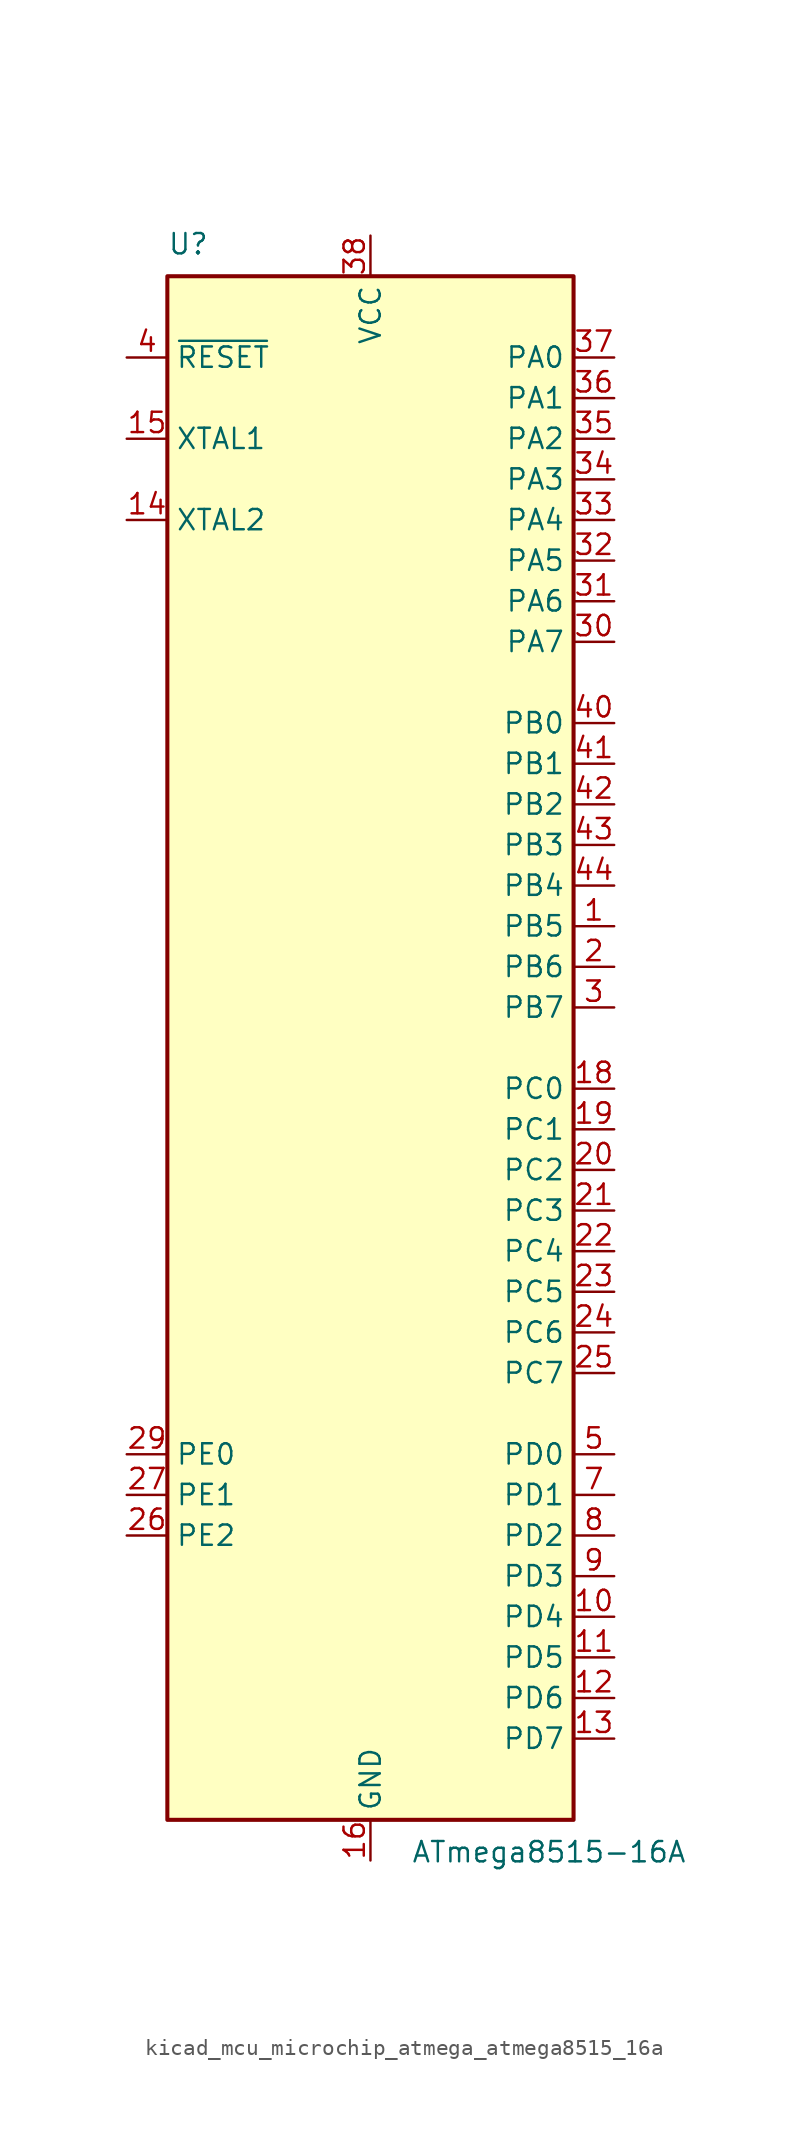
<source format=kicad_sym>
(kicad_symbol_lib
  (version 20220914)
  (generator kicad_symbol_editor)
  (symbol "kicad_mcu_microchip_atmega_atmega8515_16a"
    (property "Reference" "U"
      (at -12.7 49.53 0)
      (effects (font (size 1.27 1.27)) (justify left bottom)))
    (property "Value" "ATmega8515-16A"
      (at 2.54 -49.53 0)
      (effects (font (size 1.27 1.27)) (justify left top)))
    (symbol "kicad_mcu_microchip_atmega_atmega8515_16a_0_1"
      (rectangle (start -12.7 -48.26) (end 12.7 48.26) (stroke (width 0.254) (type default)) (fill (type background))))
    (symbol "kicad_mcu_microchip_atmega_atmega8515_16a_1_1"
      (pin bidirectional line (at 15.24 7.62 180) (length 2.54) (name "PB5" (effects (font (size 1.27 1.27)))) (number "1" (effects (font (size 1.27 1.27)))))
      (pin bidirectional line (at 15.24 -35.56 180) (length 2.54) (name "PD4" (effects (font (size 1.27 1.27)))) (number "10" (effects (font (size 1.27 1.27)))))
      (pin bidirectional line (at 15.24 -38.1 180) (length 2.54) (name "PD5" (effects (font (size 1.27 1.27)))) (number "11" (effects (font (size 1.27 1.27)))))
      (pin bidirectional line (at 15.24 -40.64 180) (length 2.54) (name "PD6" (effects (font (size 1.27 1.27)))) (number "12" (effects (font (size 1.27 1.27)))))
      (pin bidirectional line (at 15.24 -43.18 180) (length 2.54) (name "PD7" (effects (font (size 1.27 1.27)))) (number "13" (effects (font (size 1.27 1.27)))))
      (pin output line (at -15.24 33.02 0) (length 2.54) (name "XTAL2" (effects (font (size 1.27 1.27)))) (number "14" (effects (font (size 1.27 1.27)))))
      (pin input line (at -15.24 38.1 0) (length 2.54) (name "XTAL1" (effects (font (size 1.27 1.27)))) (number "15" (effects (font (size 1.27 1.27)))))
      (pin power_in line (at 0 -50.8 90) (length 2.54) (name "GND" (effects (font (size 1.27 1.27)))) (number "16" (effects (font (size 1.27 1.27)))))
      (pin no_connect line (at -12.7 -40.64 0) (length 2.54) hide (name "NC" (effects (font (size 1.27 1.27)))) (number "17" (effects (font (size 1.27 1.27)))))
      (pin bidirectional line (at 15.24 -2.54 180) (length 2.54) (name "PC0" (effects (font (size 1.27 1.27)))) (number "18" (effects (font (size 1.27 1.27)))))
      (pin bidirectional line (at 15.24 -5.08 180) (length 2.54) (name "PC1" (effects (font (size 1.27 1.27)))) (number "19" (effects (font (size 1.27 1.27)))))
      (pin bidirectional line (at 15.24 5.08 180) (length 2.54) (name "PB6" (effects (font (size 1.27 1.27)))) (number "2" (effects (font (size 1.27 1.27)))))
      (pin bidirectional line (at 15.24 -7.62 180) (length 2.54) (name "PC2" (effects (font (size 1.27 1.27)))) (number "20" (effects (font (size 1.27 1.27)))))
      (pin bidirectional line (at 15.24 -10.16 180) (length 2.54) (name "PC3" (effects (font (size 1.27 1.27)))) (number "21" (effects (font (size 1.27 1.27)))))
      (pin bidirectional line (at 15.24 -12.7 180) (length 2.54) (name "PC4" (effects (font (size 1.27 1.27)))) (number "22" (effects (font (size 1.27 1.27)))))
      (pin bidirectional line (at 15.24 -15.24 180) (length 2.54) (name "PC5" (effects (font (size 1.27 1.27)))) (number "23" (effects (font (size 1.27 1.27)))))
      (pin bidirectional line (at 15.24 -17.78 180) (length 2.54) (name "PC6" (effects (font (size 1.27 1.27)))) (number "24" (effects (font (size 1.27 1.27)))))
      (pin bidirectional line (at 15.24 -20.32 180) (length 2.54) (name "PC7" (effects (font (size 1.27 1.27)))) (number "25" (effects (font (size 1.27 1.27)))))
      (pin bidirectional line (at -15.24 -30.48 0) (length 2.54) (name "PE2" (effects (font (size 1.27 1.27)))) (number "26" (effects (font (size 1.27 1.27)))))
      (pin bidirectional line (at -15.24 -27.94 0) (length 2.54) (name "PE1" (effects (font (size 1.27 1.27)))) (number "27" (effects (font (size 1.27 1.27)))))
      (pin no_connect line (at -12.7 -43.18 0) (length 2.54) hide (name "NC" (effects (font (size 1.27 1.27)))) (number "28" (effects (font (size 1.27 1.27)))))
      (pin bidirectional line (at -15.24 -25.4 0) (length 2.54) (name "PE0" (effects (font (size 1.27 1.27)))) (number "29" (effects (font (size 1.27 1.27)))))
      (pin bidirectional line (at 15.24 2.54 180) (length 2.54) (name "PB7" (effects (font (size 1.27 1.27)))) (number "3" (effects (font (size 1.27 1.27)))))
      (pin bidirectional line (at 15.24 25.4 180) (length 2.54) (name "PA7" (effects (font (size 1.27 1.27)))) (number "30" (effects (font (size 1.27 1.27)))))
      (pin bidirectional line (at 15.24 27.94 180) (length 2.54) (name "PA6" (effects (font (size 1.27 1.27)))) (number "31" (effects (font (size 1.27 1.27)))))
      (pin bidirectional line (at 15.24 30.48 180) (length 2.54) (name "PA5" (effects (font (size 1.27 1.27)))) (number "32" (effects (font (size 1.27 1.27)))))
      (pin bidirectional line (at 15.24 33.02 180) (length 2.54) (name "PA4" (effects (font (size 1.27 1.27)))) (number "33" (effects (font (size 1.27 1.27)))))
      (pin bidirectional line (at 15.24 35.56 180) (length 2.54) (name "PA3" (effects (font (size 1.27 1.27)))) (number "34" (effects (font (size 1.27 1.27)))))
      (pin bidirectional line (at 15.24 38.1 180) (length 2.54) (name "PA2" (effects (font (size 1.27 1.27)))) (number "35" (effects (font (size 1.27 1.27)))))
      (pin bidirectional line (at 15.24 40.64 180) (length 2.54) (name "PA1" (effects (font (size 1.27 1.27)))) (number "36" (effects (font (size 1.27 1.27)))))
      (pin bidirectional line (at 15.24 43.18 180) (length 2.54) (name "PA0" (effects (font (size 1.27 1.27)))) (number "37" (effects (font (size 1.27 1.27)))))
      (pin power_in line (at 0 50.8 270) (length 2.54) (name "VCC" (effects (font (size 1.27 1.27)))) (number "38" (effects (font (size 1.27 1.27)))))
      (pin no_connect line (at -12.7 -45.72 0) (length 2.54) hide (name "NC" (effects (font (size 1.27 1.27)))) (number "39" (effects (font (size 1.27 1.27)))))
      (pin input line (at -15.24 43.18 0) (length 2.54) (name "~{RESET}" (effects (font (size 1.27 1.27)))) (number "4" (effects (font (size 1.27 1.27)))))
      (pin bidirectional line (at 15.24 20.32 180) (length 2.54) (name "PB0" (effects (font (size 1.27 1.27)))) (number "40" (effects (font (size 1.27 1.27)))))
      (pin bidirectional line (at 15.24 17.78 180) (length 2.54) (name "PB1" (effects (font (size 1.27 1.27)))) (number "41" (effects (font (size 1.27 1.27)))))
      (pin bidirectional line (at 15.24 15.24 180) (length 2.54) (name "PB2" (effects (font (size 1.27 1.27)))) (number "42" (effects (font (size 1.27 1.27)))))
      (pin bidirectional line (at 15.24 12.7 180) (length 2.54) (name "PB3" (effects (font (size 1.27 1.27)))) (number "43" (effects (font (size 1.27 1.27)))))
      (pin bidirectional line (at 15.24 10.16 180) (length 2.54) (name "PB4" (effects (font (size 1.27 1.27)))) (number "44" (effects (font (size 1.27 1.27)))))
      (pin bidirectional line (at 15.24 -25.4 180) (length 2.54) (name "PD0" (effects (font (size 1.27 1.27)))) (number "5" (effects (font (size 1.27 1.27)))))
      (pin no_connect line (at -12.7 -38.1 0) (length 2.54) hide (name "NC" (effects (font (size 1.27 1.27)))) (number "6" (effects (font (size 1.27 1.27)))))
      (pin bidirectional line (at 15.24 -27.94 180) (length 2.54) (name "PD1" (effects (font (size 1.27 1.27)))) (number "7" (effects (font (size 1.27 1.27)))))
      (pin bidirectional line (at 15.24 -30.48 180) (length 2.54) (name "PD2" (effects (font (size 1.27 1.27)))) (number "8" (effects (font (size 1.27 1.27)))))
      (pin bidirectional line (at 15.24 -33.02 180) (length 2.54) (name "PD3" (effects (font (size 1.27 1.27)))) (number "9" (effects (font (size 1.27 1.27))))))))
</source>
